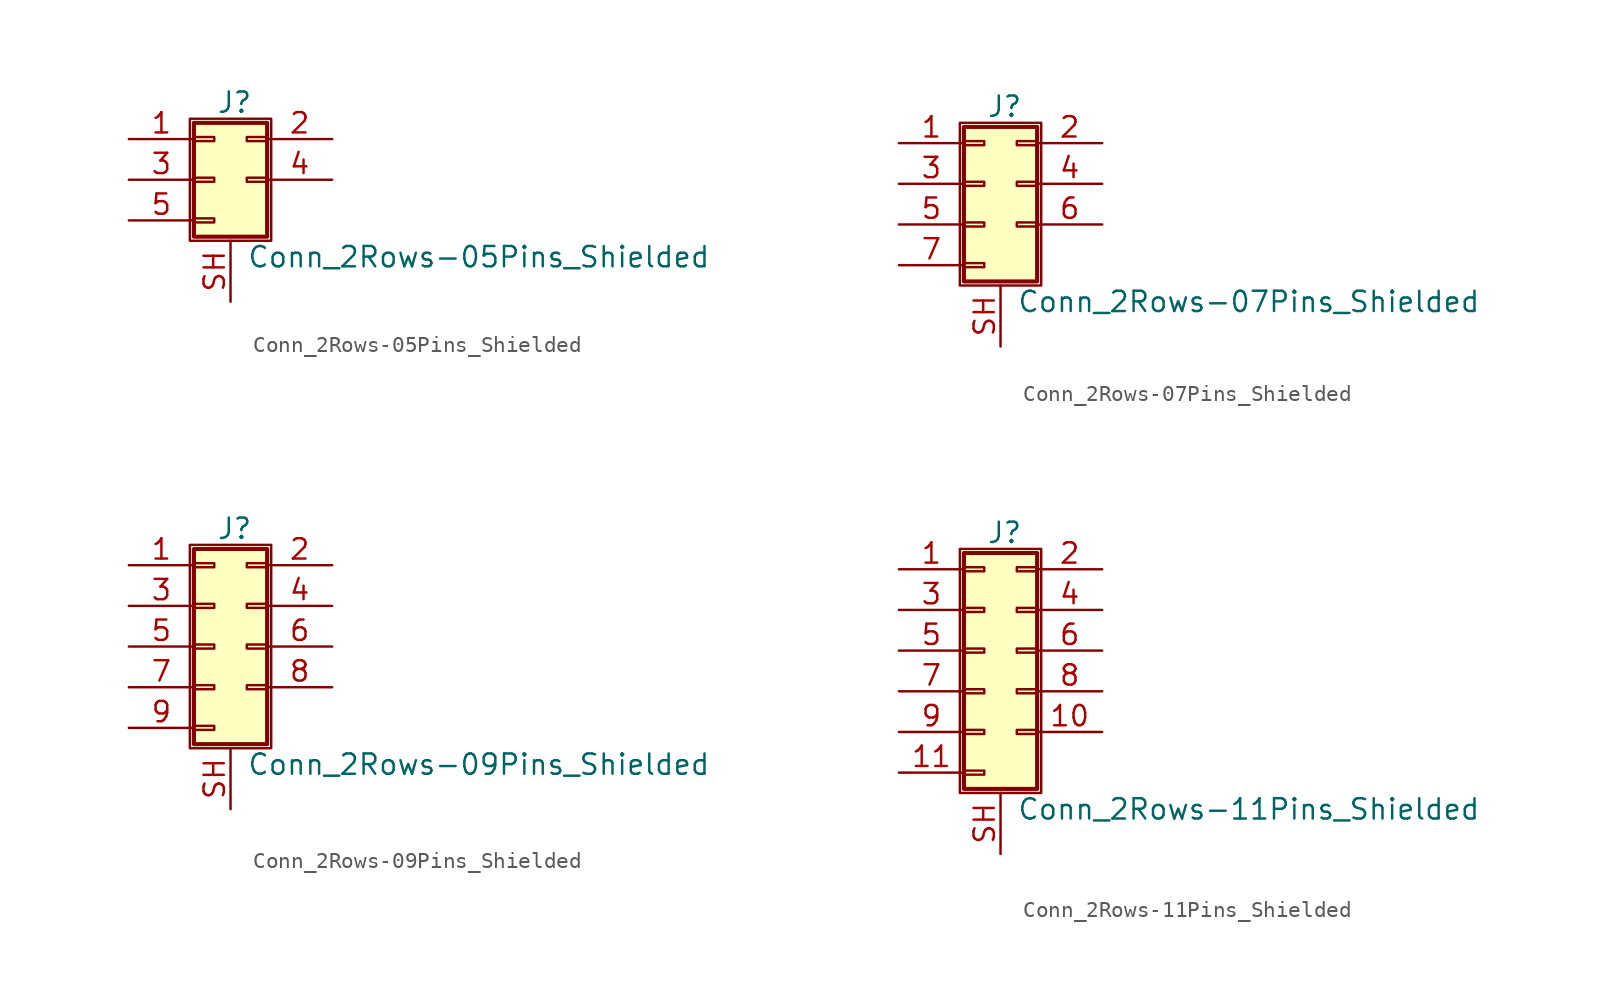
<source format=kicad_sym>
(kicad_symbol_lib
  (version 20201005)
  (generator kicad_symbol_editor)
  (symbol "Connector_Generic_Shielded:Conn_2Rows-05Pins_Shielded"
    (pin_names
      (offset 1.016) hide)
    (property "Reference" "J"
      (at 1.524 4.826 0)
      (effects (font (size 1.27 1.27))))
    (property "Value" "Conn_2Rows-05Pins_Shielded"
      (at 2.286 -4.826 0)
      (effects (font (size 1.27 1.27)) (justify left)))
    (symbol "Conn_2Rows-05Pins_Shielded_1_1"
      (rectangle (start -1.016 -2.413) (end 0.254 -2.667) (stroke (width 0.152)) (fill (type none)))
      (rectangle (start -1.016 2.667) (end 0.254 2.413) (stroke (width 0.152)) (fill (type none)))
      (rectangle (start -1.016 3.556) (end 3.556 -3.556) (stroke (width 0.254)) (fill (type background)))
      (rectangle (start -1.016 0.127) (end 0.254 -0.127) (stroke (width 0.152)) (fill (type none)))
      (rectangle (start -1.27 3.81) (end 3.81 -3.81) (stroke (width 0.152)) (fill (type none)))
      (rectangle (start 3.556 2.667) (end 2.286 2.413) (stroke (width 0.152)) (fill (type none)))
      (rectangle (start 3.556 0.127) (end 2.286 -0.127) (stroke (width 0.152)) (fill (type none)))
      (pin passive line (at -5.08 2.54 0) (length 4.064) (name "Pin_1" (effects (font (size 1.27 1.27)))) (number "1" (effects (font (size 1.27 1.27)))))
      (pin passive line (at 7.62 2.54 180) (length 4.064) (name "Pin_2" (effects (font (size 1.27 1.27)))) (number "2" (effects (font (size 1.27 1.27)))))
      (pin passive line (at -5.08 0 0) (length 4.064) (name "Pin_3" (effects (font (size 1.27 1.27)))) (number "3" (effects (font (size 1.27 1.27)))))
      (pin passive line (at 7.62 0 180) (length 4.064) (name "Pin_4" (effects (font (size 1.27 1.27)))) (number "4" (effects (font (size 1.27 1.27)))))
      (pin passive line (at -5.08 -2.54 0) (length 4.064) (name "Pin_5" (effects (font (size 1.27 1.27)))) (number "5" (effects (font (size 1.27 1.27)))))
      (pin passive line (at 1.27 -7.62 90) (length 3.81) (name "Shield" (effects (font (size 1.27 1.27)))) (number "SH" (effects (font (size 1.27 1.27)))))))
  (symbol "Connector_Generic_Shielded:Conn_2Rows-07Pins_Shielded"
    (pin_names
      (offset 1.016) hide)
    (property "Reference" "J"
      (at 1.524 4.826 0)
      (effects (font (size 1.27 1.27))))
    (property "Value" "Conn_2Rows-07Pins_Shielded"
      (at 2.286 -7.366 0)
      (effects (font (size 1.27 1.27)) (justify left)))
    (symbol "Conn_2Rows-07Pins_Shielded_1_1"
      (rectangle (start -1.016 -4.953) (end 0.254 -5.207) (stroke (width 0.152)) (fill (type none)))
      (rectangle (start -1.016 -2.413) (end 0.254 -2.667) (stroke (width 0.152)) (fill (type none)))
      (rectangle (start -1.016 2.667) (end 0.254 2.413) (stroke (width 0.152)) (fill (type none)))
      (rectangle (start -1.016 3.556) (end 3.556 -6.096) (stroke (width 0.254)) (fill (type background)))
      (rectangle (start -1.016 0.127) (end 0.254 -0.127) (stroke (width 0.152)) (fill (type none)))
      (rectangle (start -1.27 3.81) (end 3.81 -6.35) (stroke (width 0.152)) (fill (type none)))
      (rectangle (start 3.556 -2.413) (end 2.286 -2.667) (stroke (width 0.152)) (fill (type none)))
      (rectangle (start 3.556 2.667) (end 2.286 2.413) (stroke (width 0.152)) (fill (type none)))
      (rectangle (start 3.556 0.127) (end 2.286 -0.127) (stroke (width 0.152)) (fill (type none)))
      (pin passive line (at -5.08 2.54 0) (length 4.064) (name "Pin_1" (effects (font (size 1.27 1.27)))) (number "1" (effects (font (size 1.27 1.27)))))
      (pin passive line (at 7.62 2.54 180) (length 4.064) (name "Pin_2" (effects (font (size 1.27 1.27)))) (number "2" (effects (font (size 1.27 1.27)))))
      (pin passive line (at -5.08 0 0) (length 4.064) (name "Pin_3" (effects (font (size 1.27 1.27)))) (number "3" (effects (font (size 1.27 1.27)))))
      (pin passive line (at 7.62 0 180) (length 4.064) (name "Pin_4" (effects (font (size 1.27 1.27)))) (number "4" (effects (font (size 1.27 1.27)))))
      (pin passive line (at -5.08 -2.54 0) (length 4.064) (name "Pin_5" (effects (font (size 1.27 1.27)))) (number "5" (effects (font (size 1.27 1.27)))))
      (pin passive line (at 7.62 -2.54 180) (length 4.064) (name "Pin_6" (effects (font (size 1.27 1.27)))) (number "6" (effects (font (size 1.27 1.27)))))
      (pin passive line (at -5.08 -5.08 0) (length 4.064) (name "Pin_7" (effects (font (size 1.27 1.27)))) (number "7" (effects (font (size 1.27 1.27)))))
      (pin passive line (at 1.27 -10.16 90) (length 3.81) (name "Shield" (effects (font (size 1.27 1.27)))) (number "SH" (effects (font (size 1.27 1.27)))))))
  (symbol "Connector_Generic_Shielded:Conn_2Rows-09Pins_Shielded"
    (pin_names
      (offset 1.016) hide)
    (property "Reference" "J"
      (at 1.524 7.366 0)
      (effects (font (size 1.27 1.27))))
    (property "Value" "Conn_2Rows-09Pins_Shielded"
      (at 2.286 -7.366 0)
      (effects (font (size 1.27 1.27)) (justify left)))
    (symbol "Conn_2Rows-09Pins_Shielded_1_1"
      (rectangle (start -1.016 -4.953) (end 0.254 -5.207) (stroke (width 0.152)) (fill (type none)))
      (rectangle (start -1.016 -2.413) (end 0.254 -2.667) (stroke (width 0.152)) (fill (type none)))
      (rectangle (start -1.016 2.667) (end 0.254 2.413) (stroke (width 0.152)) (fill (type none)))
      (rectangle (start -1.016 5.207) (end 0.254 4.953) (stroke (width 0.152)) (fill (type none)))
      (rectangle (start -1.016 6.096) (end 3.556 -6.096) (stroke (width 0.254)) (fill (type background)))
      (rectangle (start -1.016 0.127) (end 0.254 -0.127) (stroke (width 0.152)) (fill (type none)))
      (rectangle (start -1.27 6.35) (end 3.81 -6.35) (stroke (width 0.152)) (fill (type none)))
      (rectangle (start 3.556 -2.413) (end 2.286 -2.667) (stroke (width 0.152)) (fill (type none)))
      (rectangle (start 3.556 2.667) (end 2.286 2.413) (stroke (width 0.152)) (fill (type none)))
      (rectangle (start 3.556 5.207) (end 2.286 4.953) (stroke (width 0.152)) (fill (type none)))
      (rectangle (start 3.556 0.127) (end 2.286 -0.127) (stroke (width 0.152)) (fill (type none)))
      (pin passive line (at -5.08 5.08 0) (length 4.064) (name "Pin_1" (effects (font (size 1.27 1.27)))) (number "1" (effects (font (size 1.27 1.27)))))
      (pin passive line (at 7.62 5.08 180) (length 4.064) (name "Pin_2" (effects (font (size 1.27 1.27)))) (number "2" (effects (font (size 1.27 1.27)))))
      (pin passive line (at -5.08 2.54 0) (length 4.064) (name "Pin_3" (effects (font (size 1.27 1.27)))) (number "3" (effects (font (size 1.27 1.27)))))
      (pin passive line (at 7.62 2.54 180) (length 4.064) (name "Pin_4" (effects (font (size 1.27 1.27)))) (number "4" (effects (font (size 1.27 1.27)))))
      (pin passive line (at -5.08 0 0) (length 4.064) (name "Pin_5" (effects (font (size 1.27 1.27)))) (number "5" (effects (font (size 1.27 1.27)))))
      (pin passive line (at 7.62 0 180) (length 4.064) (name "Pin_6" (effects (font (size 1.27 1.27)))) (number "6" (effects (font (size 1.27 1.27)))))
      (pin passive line (at -5.08 -2.54 0) (length 4.064) (name "Pin_7" (effects (font (size 1.27 1.27)))) (number "7" (effects (font (size 1.27 1.27)))))
      (pin passive line (at 7.62 -2.54 180) (length 4.064) (name "Pin_8" (effects (font (size 1.27 1.27)))) (number "8" (effects (font (size 1.27 1.27)))))
      (pin passive line (at -5.08 -5.08 0) (length 4.064) (name "Pin_9" (effects (font (size 1.27 1.27)))) (number "9" (effects (font (size 1.27 1.27)))))
      (pin passive line (at 1.27 -10.16 90) (length 3.81) (name "Shield" (effects (font (size 1.27 1.27)))) (number "SH" (effects (font (size 1.27 1.27)))))))
  (symbol "Connector_Generic_Shielded:Conn_2Rows-11Pins_Shielded"
    (pin_names
      (offset 1.016) hide)
    (property "Reference" "J"
      (at 1.524 7.366 0)
      (effects (font (size 1.27 1.27))))
    (property "Value" "Conn_2Rows-11Pins_Shielded"
      (at 2.286 -9.906 0)
      (effects (font (size 1.27 1.27)) (justify left)))
    (symbol "Conn_2Rows-11Pins_Shielded_1_1"
      (rectangle (start -1.016 -4.953) (end 0.254 -5.207) (stroke (width 0.152)) (fill (type none)))
      (rectangle (start -1.016 -7.493) (end 0.254 -7.747) (stroke (width 0.152)) (fill (type none)))
      (rectangle (start -1.016 -2.413) (end 0.254 -2.667) (stroke (width 0.152)) (fill (type none)))
      (rectangle (start -1.016 2.667) (end 0.254 2.413) (stroke (width 0.152)) (fill (type none)))
      (rectangle (start -1.016 5.207) (end 0.254 4.953) (stroke (width 0.152)) (fill (type none)))
      (rectangle (start -1.016 6.096) (end 3.556 -8.636) (stroke (width 0.254)) (fill (type background)))
      (rectangle (start -1.016 0.127) (end 0.254 -0.127) (stroke (width 0.152)) (fill (type none)))
      (rectangle (start -1.27 6.35) (end 3.81 -8.89) (stroke (width 0.152)) (fill (type none)))
      (rectangle (start 3.556 -4.953) (end 2.286 -5.207) (stroke (width 0.152)) (fill (type none)))
      (rectangle (start 3.556 -2.413) (end 2.286 -2.667) (stroke (width 0.152)) (fill (type none)))
      (rectangle (start 3.556 2.667) (end 2.286 2.413) (stroke (width 0.152)) (fill (type none)))
      (rectangle (start 3.556 5.207) (end 2.286 4.953) (stroke (width 0.152)) (fill (type none)))
      (rectangle (start 3.556 0.127) (end 2.286 -0.127) (stroke (width 0.152)) (fill (type none)))
      (pin passive line (at -5.08 5.08 0) (length 4.064) (name "Pin_1" (effects (font (size 1.27 1.27)))) (number "1" (effects (font (size 1.27 1.27)))))
      (pin passive line (at 7.62 -5.08 180) (length 4.064) (name "Pin_10" (effects (font (size 1.27 1.27)))) (number "10" (effects (font (size 1.27 1.27)))))
      (pin passive line (at -5.08 -7.62 0) (length 4.064) (name "Pin_11" (effects (font (size 1.27 1.27)))) (number "11" (effects (font (size 1.27 1.27)))))
      (pin passive line (at 7.62 5.08 180) (length 4.064) (name "Pin_2" (effects (font (size 1.27 1.27)))) (number "2" (effects (font (size 1.27 1.27)))))
      (pin passive line (at -5.08 2.54 0) (length 4.064) (name "Pin_3" (effects (font (size 1.27 1.27)))) (number "3" (effects (font (size 1.27 1.27)))))
      (pin passive line (at 7.62 2.54 180) (length 4.064) (name "Pin_4" (effects (font (size 1.27 1.27)))) (number "4" (effects (font (size 1.27 1.27)))))
      (pin passive line (at -5.08 0 0) (length 4.064) (name "Pin_5" (effects (font (size 1.27 1.27)))) (number "5" (effects (font (size 1.27 1.27)))))
      (pin passive line (at 7.62 0 180) (length 4.064) (name "Pin_6" (effects (font (size 1.27 1.27)))) (number "6" (effects (font (size 1.27 1.27)))))
      (pin passive line (at -5.08 -2.54 0) (length 4.064) (name "Pin_7" (effects (font (size 1.27 1.27)))) (number "7" (effects (font (size 1.27 1.27)))))
      (pin passive line (at 7.62 -2.54 180) (length 4.064) (name "Pin_8" (effects (font (size 1.27 1.27)))) (number "8" (effects (font (size 1.27 1.27)))))
      (pin passive line (at -5.08 -5.08 0) (length 4.064) (name "Pin_9" (effects (font (size 1.27 1.27)))) (number "9" (effects (font (size 1.27 1.27)))))
      (pin passive line (at 1.27 -12.7 90) (length 3.81) (name "Shield" (effects (font (size 1.27 1.27)))) (number "SH" (effects (font (size 1.27 1.27))))))))
</source>
